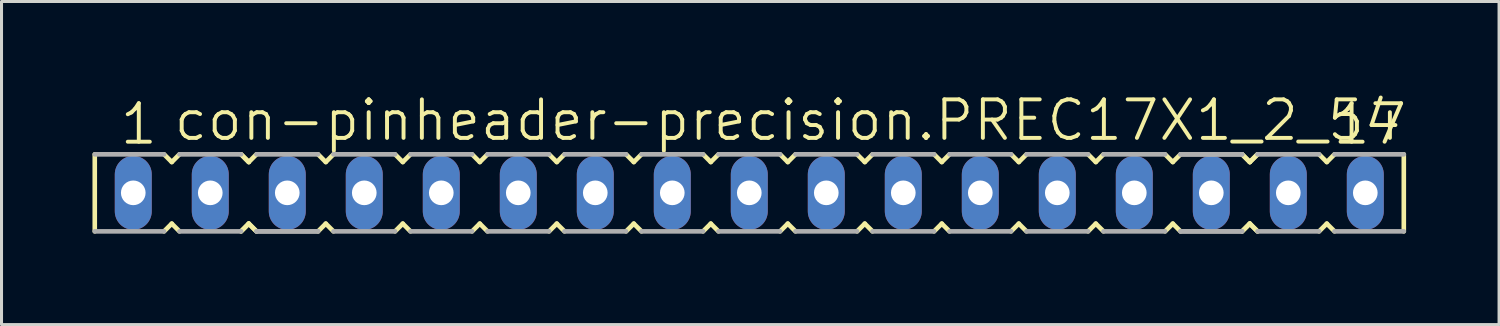
<source format=kicad_pcb>
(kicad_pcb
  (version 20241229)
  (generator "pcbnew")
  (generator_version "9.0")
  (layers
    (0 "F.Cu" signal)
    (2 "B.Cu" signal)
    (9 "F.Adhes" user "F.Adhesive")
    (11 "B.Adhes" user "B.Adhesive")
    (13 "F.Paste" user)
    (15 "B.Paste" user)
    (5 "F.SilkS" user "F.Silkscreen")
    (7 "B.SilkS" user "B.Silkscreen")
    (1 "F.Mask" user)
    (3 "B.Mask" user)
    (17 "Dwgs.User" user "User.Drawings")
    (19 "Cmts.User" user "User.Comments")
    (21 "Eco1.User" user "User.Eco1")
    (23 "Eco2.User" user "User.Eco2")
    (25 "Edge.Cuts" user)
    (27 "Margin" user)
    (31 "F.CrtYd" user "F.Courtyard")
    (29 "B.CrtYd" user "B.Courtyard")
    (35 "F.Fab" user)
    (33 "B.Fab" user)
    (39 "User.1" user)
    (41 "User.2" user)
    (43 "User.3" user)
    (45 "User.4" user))
  (footprint "con-pinheader-precision.PREC17X1_2_54"
    (layer "F.Cu")
    (at 21.666 3.311)
    (property "Reference" "con-pinheader-precision.PREC17X1_2_54" (at -19.05 -1.651 0) (layer "F.SilkS") (effects (font (size 1.27 1.27) (thickness 0.13)) (justify left bottom)))
    (attr through_hole)
    (fp_line (start -21.59 -1.27) (end -21.59 1.27) (stroke (width 0.152) (type default)) (layer "F.SilkS"))
    (fp_line (start -19.304 1.27) (end -19.05 1.016) (stroke (width 0.152) (type default)) (layer "F.SilkS"))
    (fp_line (start -19.05 -1.016) (end -19.304 -1.27) (stroke (width 0.152) (type default)) (layer "F.SilkS"))
    (fp_line (start -19.05 1.016) (end -18.796 1.27) (stroke (width 0.152) (type default)) (layer "F.SilkS"))
    (fp_line (start -18.796 -1.27) (end -19.05 -1.016) (stroke (width 0.152) (type default)) (layer "F.SilkS"))
    (fp_line (start -16.764 1.27) (end -16.51 1.016) (stroke (width 0.152) (type default)) (layer "F.SilkS"))
    (fp_line (start -16.764 1.27) (end -16.51 1.016) (stroke (width 0.152) (type default)) (layer "F.SilkS"))
    (fp_line (start -16.51 -1.016) (end -16.764 -1.27) (stroke (width 0.152) (type default)) (layer "F.SilkS"))
    (fp_line (start -16.51 -1.016) (end -16.764 -1.27) (stroke (width 0.152) (type default)) (layer "F.SilkS"))
    (fp_line (start -16.51 1.016) (end -16.256 1.27) (stroke (width 0.152) (type default)) (layer "F.SilkS"))
    (fp_line (start -16.51 1.016) (end -16.256 1.27) (stroke (width 0.152) (type default)) (layer "F.SilkS"))
    (fp_line (start -16.256 -1.27) (end -16.51 -1.016) (stroke (width 0.152) (type default)) (layer "F.SilkS"))
    (fp_line (start -14.224 1.27) (end -13.97 1.016) (stroke (width 0.152) (type default)) (layer "F.SilkS"))
    (fp_line (start -13.97 -1.016) (end -14.224 -1.27) (stroke (width 0.152) (type default)) (layer "F.SilkS"))
    (fp_line (start -13.97 1.016) (end -13.716 1.27) (stroke (width 0.152) (type default)) (layer "F.SilkS"))
    (fp_line (start -13.716 -1.27) (end -13.97 -1.016) (stroke (width 0.152) (type default)) (layer "F.SilkS"))
    (fp_line (start -11.684 1.27) (end -11.43 1.016) (stroke (width 0.152) (type default)) (layer "F.SilkS"))
    (fp_line (start -11.43 -1.016) (end -11.684 -1.27) (stroke (width 0.152) (type default)) (layer "F.SilkS"))
    (fp_line (start -11.43 1.016) (end -11.176 1.27) (stroke (width 0.152) (type default)) (layer "F.SilkS"))
    (fp_line (start -11.176 -1.27) (end -11.43 -1.016) (stroke (width 0.152) (type default)) (layer "F.SilkS"))
    (fp_line (start -9.144 1.27) (end -8.89 1.016) (stroke (width 0.152) (type default)) (layer "F.SilkS"))
    (fp_line (start -8.89 -1.016) (end -9.144 -1.27) (stroke (width 0.152) (type default)) (layer "F.SilkS"))
    (fp_line (start -8.89 1.016) (end -8.636 1.27) (stroke (width 0.152) (type default)) (layer "F.SilkS"))
    (fp_line (start -8.636 -1.27) (end -8.89 -1.016) (stroke (width 0.152) (type default)) (layer "F.SilkS"))
    (fp_line (start -6.604 1.27) (end -6.35 1.016) (stroke (width 0.152) (type default)) (layer "F.SilkS"))
    (fp_line (start -6.35 -1.016) (end -6.604 -1.27) (stroke (width 0.152) (type default)) (layer "F.SilkS"))
    (fp_line (start -6.35 1.016) (end -6.096 1.27) (stroke (width 0.152) (type default)) (layer "F.SilkS"))
    (fp_line (start -6.096 -1.27) (end -6.35 -1.016) (stroke (width 0.152) (type default)) (layer "F.SilkS"))
    (fp_line (start -4.064 1.27) (end -3.81 1.016) (stroke (width 0.152) (type default)) (layer "F.SilkS"))
    (fp_line (start -3.81 -1.016) (end -4.064 -1.27) (stroke (width 0.152) (type default)) (layer "F.SilkS"))
    (fp_line (start -3.81 1.016) (end -3.556 1.27) (stroke (width 0.152) (type default)) (layer "F.SilkS"))
    (fp_line (start -3.556 -1.27) (end -3.81 -1.016) (stroke (width 0.152) (type default)) (layer "F.SilkS"))
    (fp_line (start -1.524 1.27) (end -1.27 1.016) (stroke (width 0.152) (type default)) (layer "F.SilkS"))
    (fp_line (start -1.27 -1.016) (end -1.524 -1.27) (stroke (width 0.152) (type default)) (layer "F.SilkS"))
    (fp_line (start -1.27 1.016) (end -1.016 1.27) (stroke (width 0.152) (type default)) (layer "F.SilkS"))
    (fp_line (start -1.016 -1.27) (end -1.27 -1.016) (stroke (width 0.152) (type default)) (layer "F.SilkS"))
    (fp_line (start 1.016 1.27) (end 1.27 1.016) (stroke (width 0.152) (type default)) (layer "F.SilkS"))
    (fp_line (start 1.27 -1.016) (end 1.016 -1.27) (stroke (width 0.152) (type default)) (layer "F.SilkS"))
    (fp_line (start 1.27 1.016) (end 1.524 1.27) (stroke (width 0.152) (type default)) (layer "F.SilkS"))
    (fp_line (start 1.524 -1.27) (end 1.27 -1.016) (stroke (width 0.152) (type default)) (layer "F.SilkS"))
    (fp_line (start 3.556 1.27) (end 3.81 1.016) (stroke (width 0.152) (type default)) (layer "F.SilkS"))
    (fp_line (start 3.81 -1.016) (end 3.556 -1.27) (stroke (width 0.152) (type default)) (layer "F.SilkS"))
    (fp_line (start 3.81 1.016) (end 4.064 1.27) (stroke (width 0.152) (type default)) (layer "F.SilkS"))
    (fp_line (start 4.064 -1.27) (end 3.81 -1.016) (stroke (width 0.152) (type default)) (layer "F.SilkS"))
    (fp_line (start 6.096 1.27) (end 6.35 1.016) (stroke (width 0.152) (type default)) (layer "F.SilkS"))
    (fp_line (start 6.35 -1.016) (end 6.096 -1.27) (stroke (width 0.152) (type default)) (layer "F.SilkS"))
    (fp_line (start 6.35 1.016) (end 6.604 1.27) (stroke (width 0.152) (type default)) (layer "F.SilkS"))
    (fp_line (start 6.604 -1.27) (end 6.35 -1.016) (stroke (width 0.152) (type default)) (layer "F.SilkS"))
    (fp_line (start 8.636 1.27) (end 8.89 1.016) (stroke (width 0.152) (type default)) (layer "F.SilkS"))
    (fp_line (start 8.89 -1.016) (end 8.636 -1.27) (stroke (width 0.152) (type default)) (layer "F.SilkS"))
    (fp_line (start 8.89 1.016) (end 9.144 1.27) (stroke (width 0.152) (type default)) (layer "F.SilkS"))
    (fp_line (start 9.144 -1.27) (end 8.89 -1.016) (stroke (width 0.152) (type default)) (layer "F.SilkS"))
    (fp_line (start 11.176 1.27) (end 11.43 1.016) (stroke (width 0.152) (type default)) (layer "F.SilkS"))
    (fp_line (start 11.43 -1.016) (end 11.176 -1.27) (stroke (width 0.152) (type default)) (layer "F.SilkS"))
    (fp_line (start 11.43 1.016) (end 11.684 1.27) (stroke (width 0.152) (type default)) (layer "F.SilkS"))
    (fp_line (start 11.684 -1.27) (end 11.43 -1.016) (stroke (width 0.152) (type default)) (layer "F.SilkS"))
    (fp_line (start 13.716 1.27) (end 13.97 1.016) (stroke (width 0.152) (type default)) (layer "F.SilkS"))
    (fp_line (start 13.97 -1.016) (end 13.716 -1.27) (stroke (width 0.152) (type default)) (layer "F.SilkS"))
    (fp_line (start 13.97 1.016) (end 14.224 1.27) (stroke (width 0.152) (type default)) (layer "F.SilkS"))
    (fp_line (start 14.224 -1.27) (end 13.97 -1.016) (stroke (width 0.152) (type default)) (layer "F.SilkS"))
    (fp_line (start 16.256 1.27) (end 16.51 1.016) (stroke (width 0.152) (type default)) (layer "F.SilkS"))
    (fp_line (start 16.256 1.27) (end 16.51 1.016) (stroke (width 0.152) (type default)) (layer "F.SilkS"))
    (fp_line (start 16.51 -1.016) (end 16.256 -1.27) (stroke (width 0.152) (type default)) (layer "F.SilkS"))
    (fp_line (start 16.51 -1.016) (end 16.256 -1.27) (stroke (width 0.152) (type default)) (layer "F.SilkS"))
    (fp_line (start 16.51 1.016) (end 16.764 1.27) (stroke (width 0.152) (type default)) (layer "F.SilkS"))
    (fp_line (start 16.51 1.016) (end 16.764 1.27) (stroke (width 0.152) (type default)) (layer "F.SilkS"))
    (fp_line (start 16.764 -1.27) (end 16.51 -1.016) (stroke (width 0.152) (type default)) (layer "F.SilkS"))
    (fp_line (start 16.764 -1.27) (end 16.51 -1.016) (stroke (width 0.152) (type default)) (layer "F.SilkS"))
    (fp_line (start 18.796 1.27) (end 19.05 1.016) (stroke (width 0.152) (type default)) (layer "F.SilkS"))
    (fp_line (start 19.05 -1.016) (end 18.796 -1.27) (stroke (width 0.152) (type default)) (layer "F.SilkS"))
    (fp_line (start 19.05 1.016) (end 19.304 1.27) (stroke (width 0.152) (type default)) (layer "F.SilkS"))
    (fp_line (start 19.304 -1.27) (end 19.05 -1.016) (stroke (width 0.152) (type default)) (layer "F.SilkS"))
    (fp_line (start 21.59 1.27) (end 21.59 -1.27) (stroke (width 0.152) (type default)) (layer "F.SilkS"))
    (fp_line (start -21.59 1.27) (end -19.304 1.27) (stroke (width 0.152) (type default)) (layer "F.Fab"))
    (fp_line (start -19.304 -1.27) (end -21.59 -1.27) (stroke (width 0.152) (type default)) (layer "F.Fab"))
    (fp_line (start -18.796 1.27) (end -16.764 1.27) (stroke (width 0.152) (type default)) (layer "F.Fab"))
    (fp_line (start -16.764 -1.27) (end -18.796 -1.27) (stroke (width 0.152) (type default)) (layer "F.Fab"))
    (fp_line (start -16.256 1.27) (end -14.224 1.27) (stroke (width 0.152) (type default)) (layer "F.Fab"))
    (fp_line (start -16.256 1.27) (end -14.224 1.27) (stroke (width 0.152) (type default)) (layer "F.Fab"))
    (fp_line (start -14.224 -1.27) (end -16.256 -1.27) (stroke (width 0.152) (type default)) (layer "F.Fab"))
    (fp_line (start -13.716 1.27) (end -11.684 1.27) (stroke (width 0.152) (type default)) (layer "F.Fab"))
    (fp_line (start -11.684 -1.27) (end -13.716 -1.27) (stroke (width 0.152) (type default)) (layer "F.Fab"))
    (fp_line (start -11.176 1.27) (end -9.144 1.27) (stroke (width 0.152) (type default)) (layer "F.Fab"))
    (fp_line (start -9.144 -1.27) (end -11.176 -1.27) (stroke (width 0.152) (type default)) (layer "F.Fab"))
    (fp_line (start -8.636 1.27) (end -6.604 1.27) (stroke (width 0.152) (type default)) (layer "F.Fab"))
    (fp_line (start -6.604 -1.27) (end -8.636 -1.27) (stroke (width 0.152) (type default)) (layer "F.Fab"))
    (fp_line (start -6.096 1.27) (end -4.064 1.27) (stroke (width 0.152) (type default)) (layer "F.Fab"))
    (fp_line (start -4.064 -1.27) (end -6.096 -1.27) (stroke (width 0.152) (type default)) (layer "F.Fab"))
    (fp_line (start -3.556 1.27) (end -1.524 1.27) (stroke (width 0.152) (type default)) (layer "F.Fab"))
    (fp_line (start -1.524 -1.27) (end -3.556 -1.27) (stroke (width 0.152) (type default)) (layer "F.Fab"))
    (fp_line (start -1.016 1.27) (end 1.016 1.27) (stroke (width 0.152) (type default)) (layer "F.Fab"))
    (fp_line (start 1.016 -1.27) (end -1.016 -1.27) (stroke (width 0.152) (type default)) (layer "F.Fab"))
    (fp_line (start 1.524 1.27) (end 3.556 1.27) (stroke (width 0.152) (type default)) (layer "F.Fab"))
    (fp_line (start 3.556 -1.27) (end 1.524 -1.27) (stroke (width 0.152) (type default)) (layer "F.Fab"))
    (fp_line (start 4.064 1.27) (end 6.096 1.27) (stroke (width 0.152) (type default)) (layer "F.Fab"))
    (fp_line (start 6.096 -1.27) (end 4.064 -1.27) (stroke (width 0.152) (type default)) (layer "F.Fab"))
    (fp_line (start 6.604 1.27) (end 8.636 1.27) (stroke (width 0.152) (type default)) (layer "F.Fab"))
    (fp_line (start 8.636 -1.27) (end 6.604 -1.27) (stroke (width 0.152) (type default)) (layer "F.Fab"))
    (fp_line (start 9.144 1.27) (end 11.176 1.27) (stroke (width 0.152) (type default)) (layer "F.Fab"))
    (fp_line (start 11.176 -1.27) (end 9.144 -1.27) (stroke (width 0.152) (type default)) (layer "F.Fab"))
    (fp_line (start 11.684 1.27) (end 13.716 1.27) (stroke (width 0.152) (type default)) (layer "F.Fab"))
    (fp_line (start 13.716 -1.27) (end 11.684 -1.27) (stroke (width 0.152) (type default)) (layer "F.Fab"))
    (fp_line (start 14.224 1.27) (end 16.256 1.27) (stroke (width 0.152) (type default)) (layer "F.Fab"))
    (fp_line (start 14.224 1.27) (end 16.256 1.27) (stroke (width 0.152) (type default)) (layer "F.Fab"))
    (fp_line (start 16.256 -1.27) (end 14.224 -1.27) (stroke (width 0.152) (type default)) (layer "F.Fab"))
    (fp_line (start 16.256 -1.27) (end 14.224 -1.27) (stroke (width 0.152) (type default)) (layer "F.Fab"))
    (fp_line (start 16.764 1.27) (end 18.796 1.27) (stroke (width 0.152) (type default)) (layer "F.Fab"))
    (fp_line (start 18.796 -1.27) (end 16.764 -1.27) (stroke (width 0.152) (type default)) (layer "F.Fab"))
    (fp_line (start 19.304 1.27) (end 21.59 1.27) (stroke (width 0.152) (type default)) (layer "F.Fab"))
    (fp_line (start 21.59 -1.27) (end 19.304 -1.27) (stroke (width 0.152) (type default)) (layer "F.Fab"))
    (fp_text user "1" (at -20.828 -1.524 0) (layer "F.SilkS") (effects (font (size 1.27 1.27) (thickness 0.13)) (justify left bottom)))
    (fp_text user "17" (at 19.177 -1.524 0) (layer "F.SilkS") (effects (font (size 1.27 1.27) (thickness 0.13)) (justify left bottom)))
    (pad "1" thru_hole oval (at -20.32 0 90) (size 2.438 1.219) (drill 0.813) (layers "*.Cu" "*.Mask"))
    (pad "2" thru_hole oval (at -17.78 0 90) (size 2.438 1.219) (drill 0.813) (layers "*.Cu" "*.Mask"))
    (pad "3" thru_hole oval (at -15.24 0 90) (size 2.438 1.219) (drill 0.813) (layers "*.Cu" "*.Mask"))
    (pad "4" thru_hole oval (at -12.7 0 90) (size 2.438 1.219) (drill 0.813) (layers "*.Cu" "*.Mask"))
    (pad "5" thru_hole oval (at -10.16 0 90) (size 2.438 1.219) (drill 0.813) (layers "*.Cu" "*.Mask"))
    (pad "6" thru_hole oval (at -7.62 0 90) (size 2.438 1.219) (drill 0.813) (layers "*.Cu" "*.Mask"))
    (pad "7" thru_hole oval (at -5.08 0 90) (size 2.438 1.219) (drill 0.813) (layers "*.Cu" "*.Mask"))
    (pad "8" thru_hole oval (at -2.54 0 90) (size 2.438 1.219) (drill 0.813) (layers "*.Cu" "*.Mask"))
    (pad "9" thru_hole oval (at 0 0 90) (size 2.438 1.219) (drill 0.813) (layers "*.Cu" "*.Mask"))
    (pad "10" thru_hole oval (at 2.54 0 90) (size 2.438 1.219) (drill 0.813) (layers "*.Cu" "*.Mask"))
    (pad "11" thru_hole oval (at 5.08 0 90) (size 2.438 1.219) (drill 0.813) (layers "*.Cu" "*.Mask"))
    (pad "12" thru_hole oval (at 7.62 0 90) (size 2.438 1.219) (drill 0.813) (layers "*.Cu" "*.Mask"))
    (pad "13" thru_hole oval (at 10.16 0 90) (size 2.438 1.219) (drill 0.813) (layers "*.Cu" "*.Mask"))
    (pad "14" thru_hole oval (at 12.7 0 90) (size 2.438 1.219) (drill 0.813) (layers "*.Cu" "*.Mask"))
    (pad "15" thru_hole oval (at 15.24 0 90) (size 2.438 1.219) (drill 0.813) (layers "*.Cu" "*.Mask"))
    (pad "16" thru_hole oval (at 17.78 0 90) (size 2.438 1.219) (drill 0.813) (layers "*.Cu" "*.Mask"))
    (pad "17" thru_hole oval (at 20.32 0 90) (size 2.438 1.219) (drill 0.813) (layers "*.Cu" "*.Mask")))
  (gr_rect
    (start -3 -3)
    (end 46.398 7.657)
    (stroke (width 0.1) (type default))
    (fill no)
    (layer "Edge.Cuts")))
</source>
